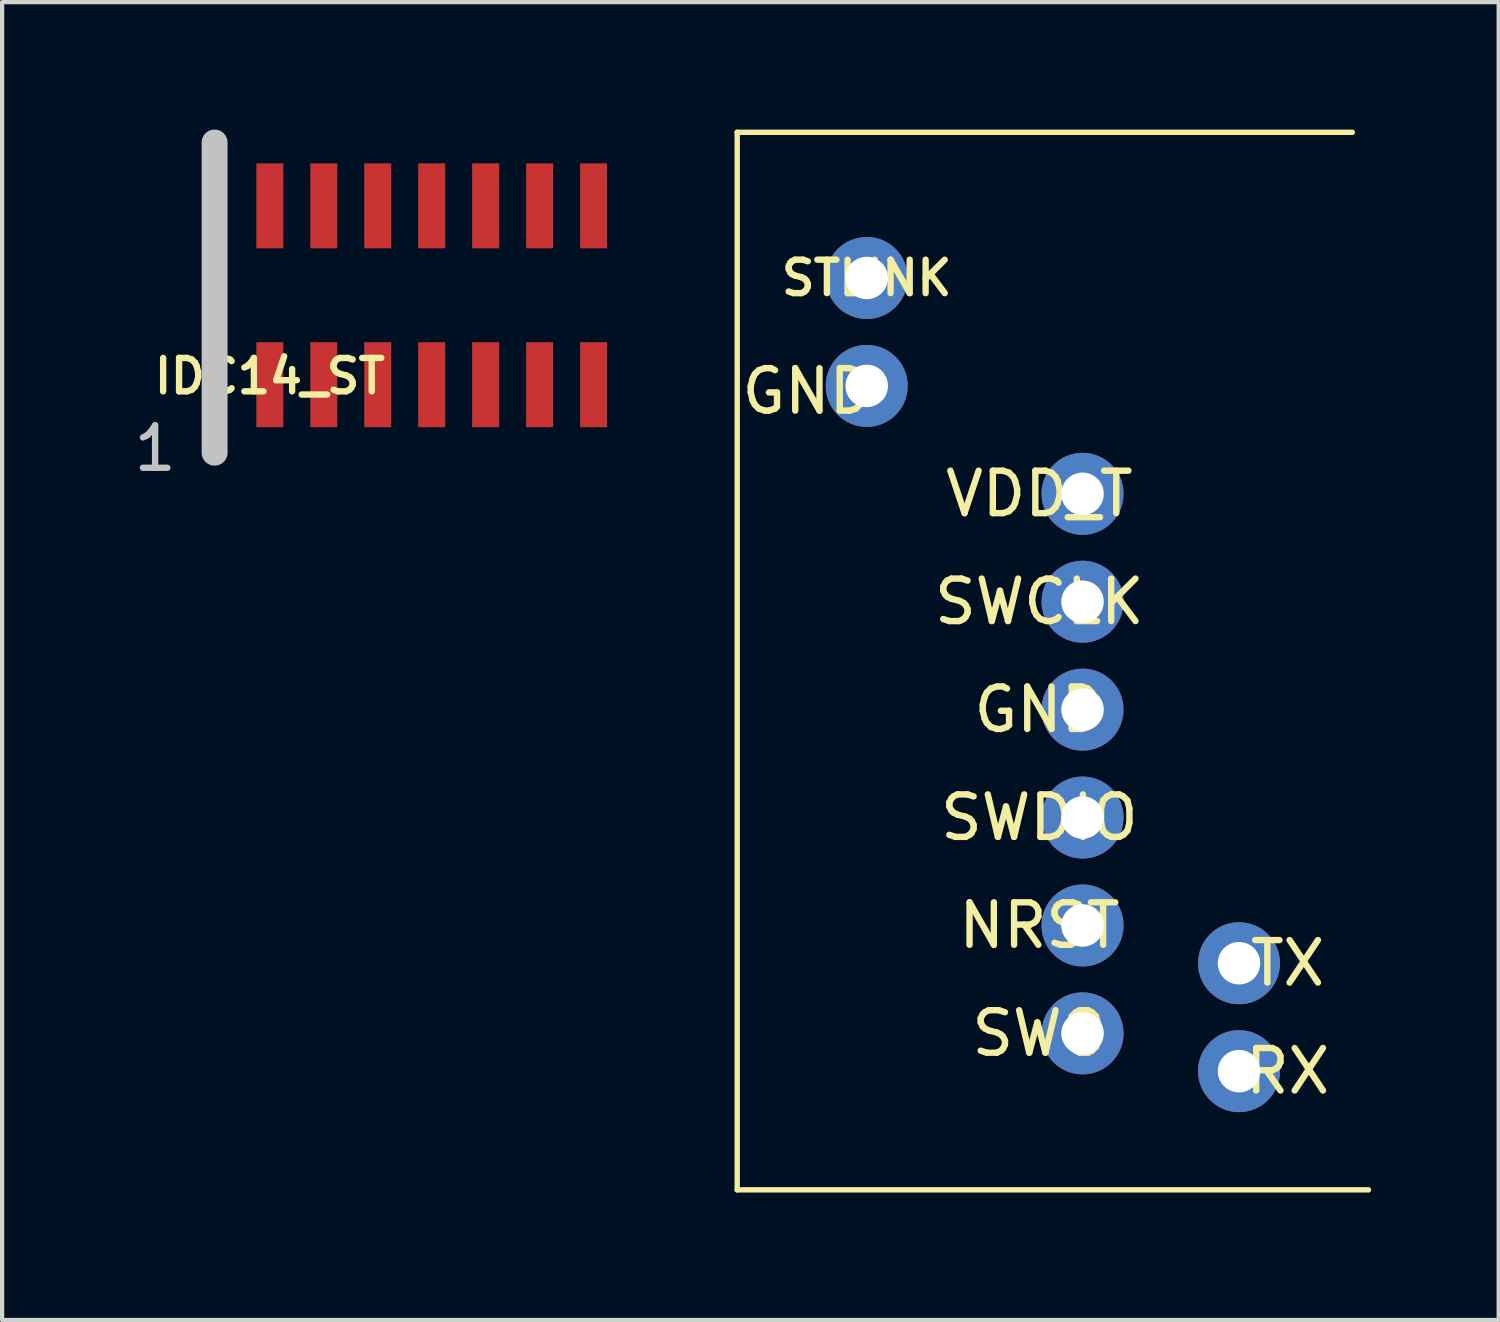
<source format=kicad_pcb>
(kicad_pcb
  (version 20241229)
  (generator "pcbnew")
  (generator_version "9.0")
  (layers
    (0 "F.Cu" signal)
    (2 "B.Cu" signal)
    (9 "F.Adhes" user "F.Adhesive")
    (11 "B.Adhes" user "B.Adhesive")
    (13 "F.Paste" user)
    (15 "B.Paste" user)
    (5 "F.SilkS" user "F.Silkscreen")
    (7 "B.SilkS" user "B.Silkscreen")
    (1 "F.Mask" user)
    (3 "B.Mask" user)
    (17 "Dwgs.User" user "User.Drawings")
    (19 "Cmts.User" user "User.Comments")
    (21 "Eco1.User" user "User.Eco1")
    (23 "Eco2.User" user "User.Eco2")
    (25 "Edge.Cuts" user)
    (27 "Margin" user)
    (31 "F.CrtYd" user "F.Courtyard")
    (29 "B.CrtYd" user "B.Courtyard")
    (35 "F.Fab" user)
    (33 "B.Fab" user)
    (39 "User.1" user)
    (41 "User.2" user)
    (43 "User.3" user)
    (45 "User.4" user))
  (footprint "IDC14_ST"
    (layer "F.Cu")
    (at 3.301 5.805)
    (property "Reference" "IDC14_ST" (at 0 0 0) (layer "F.SilkS") (effects (font (size 0.787 0.787) (thickness 0.15))))
    (attr smd)
    (fp_line (start -1.3 -5.5) (end -1.3 1.8) (stroke (width 0.61) (type solid)) (layer "Dwgs.User"))
    (fp_text user "1" (at -2.7 1.7 0) (layer "Dwgs.User") (effects (font (size 1 1) (thickness 0.15))))
    (pad "P$1" smd rect (at 0 0.2) (size 0.635 2) (layers "F.Cu" "F.Mask" "F.Paste"))
    (pad "P$2" smd rect (at 0 -4.01) (size 0.635 2) (layers "F.Cu" "F.Mask" "F.Paste"))
    (pad "P$3" smd rect (at 1.27 0.2) (size 0.635 2) (layers "F.Cu" "F.Mask" "F.Paste"))
    (pad "P$4" smd rect (at 1.27 -4.01) (size 0.635 2) (layers "F.Cu" "F.Mask" "F.Paste"))
    (pad "P$5" smd rect (at 2.54 0.2) (size 0.635 2) (layers "F.Cu" "F.Mask" "F.Paste"))
    (pad "P$6" smd rect (at 2.54 -4.01) (size 0.635 2) (layers "F.Cu" "F.Mask" "F.Paste"))
    (pad "P$7" smd rect (at 3.81 0.2) (size 0.635 2) (layers "F.Cu" "F.Mask" "F.Paste"))
    (pad "P$8" smd rect (at 3.81 -4.01) (size 0.635 2) (layers "F.Cu" "F.Mask" "F.Paste"))
    (pad "P$9" smd rect (at 5.08 0.2) (size 0.635 2) (layers "F.Cu" "F.Mask" "F.Paste"))
    (pad "P$10" smd rect (at 5.08 -4.01) (size 0.635 2) (layers "F.Cu" "F.Mask" "F.Paste"))
    (pad "P$11" smd rect (at 6.35 0.2) (size 0.635 2) (layers "F.Cu" "F.Mask" "F.Paste"))
    (pad "P$12" smd rect (at 6.35 -4.01) (size 0.635 2) (layers "F.Cu" "F.Mask" "F.Paste"))
    (pad "P$13" smd rect (at 7.62 0.2) (size 0.635 2) (layers "F.Cu" "F.Mask" "F.Paste"))
    (pad "P$14" smd rect (at 7.62 -4.01) (size 0.635 2) (layers "F.Cu" "F.Mask" "F.Paste")))
  (footprint "STLINK"
    (layer "F.Cu")
    (at 17.35 3.493)
    (property "Reference" "STLINK" (at 0 0 0) (layer "F.SilkS") (effects (font (size 0.787 0.787) (thickness 0.15))))
    (attr through_hole)
    (fp_line (start -3.048 -3.429) (end -3.048 21.463) (stroke (width 0.127) (type solid)) (layer "F.SilkS"))
    (fp_line (start -3.048 21.463) (end 11.811 21.463) (stroke (width 0.127) (type solid)) (layer "F.SilkS"))
    (fp_line (start 11.43 -3.429) (end -3.048 -3.429) (stroke (width 0.127) (type solid)) (layer "F.SilkS"))
    (fp_text user "VDD_T" (at 4.064 5.08 0) (layer "F.SilkS") (effects (font (size 1 1) (thickness 0.15))))
    (fp_text user "RX" (at 9.906 18.669 0) (layer "F.SilkS") (effects (font (size 1 1) (thickness 0.15))))
    (fp_text user "GND" (at 4.064 10.16 0) (layer "F.SilkS") (effects (font (size 1 1) (thickness 0.15))))
    (fp_text user "NRST" (at 4.064 15.24 0) (layer "F.SilkS") (effects (font (size 1 1) (thickness 0.15))))
    (fp_text user "SWCLK" (at 4.064 7.62 0) (layer "F.SilkS") (effects (font (size 1 1) (thickness 0.15))))
    (fp_text user "TX" (at 9.906 16.129 0) (layer "F.SilkS") (effects (font (size 1 1) (thickness 0.15))))
    (fp_text user "SWDIO" (at 4.064 12.7 0) (layer "F.SilkS") (effects (font (size 1 1) (thickness 0.15))))
    (fp_text user "SWO" (at 4.064 17.78 0) (layer "F.SilkS") (effects (font (size 1 1) (thickness 0.15))))
    (fp_text user "GND" (at -1.397 2.667 0) (layer "F.SilkS") (effects (font (size 1 1) (thickness 0.15))))
    (pad "P$1" thru_hole circle (at 0 0) (size 1.93 1.93) (drill 1) (layers "*.Cu" "*.Mask"))
    (pad "P$2" thru_hole circle (at 0 2.54) (size 1.93 1.93) (drill 1) (layers "*.Cu" "*.Mask"))
    (pad "P$3" thru_hole circle (at 5.08 5.08) (size 1.93 1.93) (drill 1) (layers "*.Cu" "*.Mask"))
    (pad "P$4" thru_hole circle (at 5.08 7.62) (size 1.93 1.93) (drill 1) (layers "*.Cu" "*.Mask"))
    (pad "P$5" thru_hole circle (at 5.08 10.16) (size 1.93 1.93) (drill 1) (layers "*.Cu" "*.Mask"))
    (pad "P$6" thru_hole circle (at 5.08 12.7) (size 1.93 1.93) (drill 1) (layers "*.Cu" "*.Mask"))
    (pad "P$7" thru_hole circle (at 5.08 15.24) (size 1.93 1.93) (drill 1) (layers "*.Cu" "*.Mask"))
    (pad "P$8" thru_hole circle (at 5.08 17.78) (size 1.93 1.93) (drill 1) (layers "*.Cu" "*.Mask"))
    (pad "P$9" thru_hole circle (at 8.763 16.129) (size 1.93 1.93) (drill 1) (layers "*.Cu" "*.Mask"))
    (pad "P$10" thru_hole circle (at 8.763 18.669) (size 1.93 1.93) (drill 1) (layers "*.Cu" "*.Mask")))
  (gr_rect
    (start -3 -3)
    (end 32.225 28.019)
    (stroke (width 0.1) (type default))
    (fill no)
    (layer "Edge.Cuts")))
</source>
